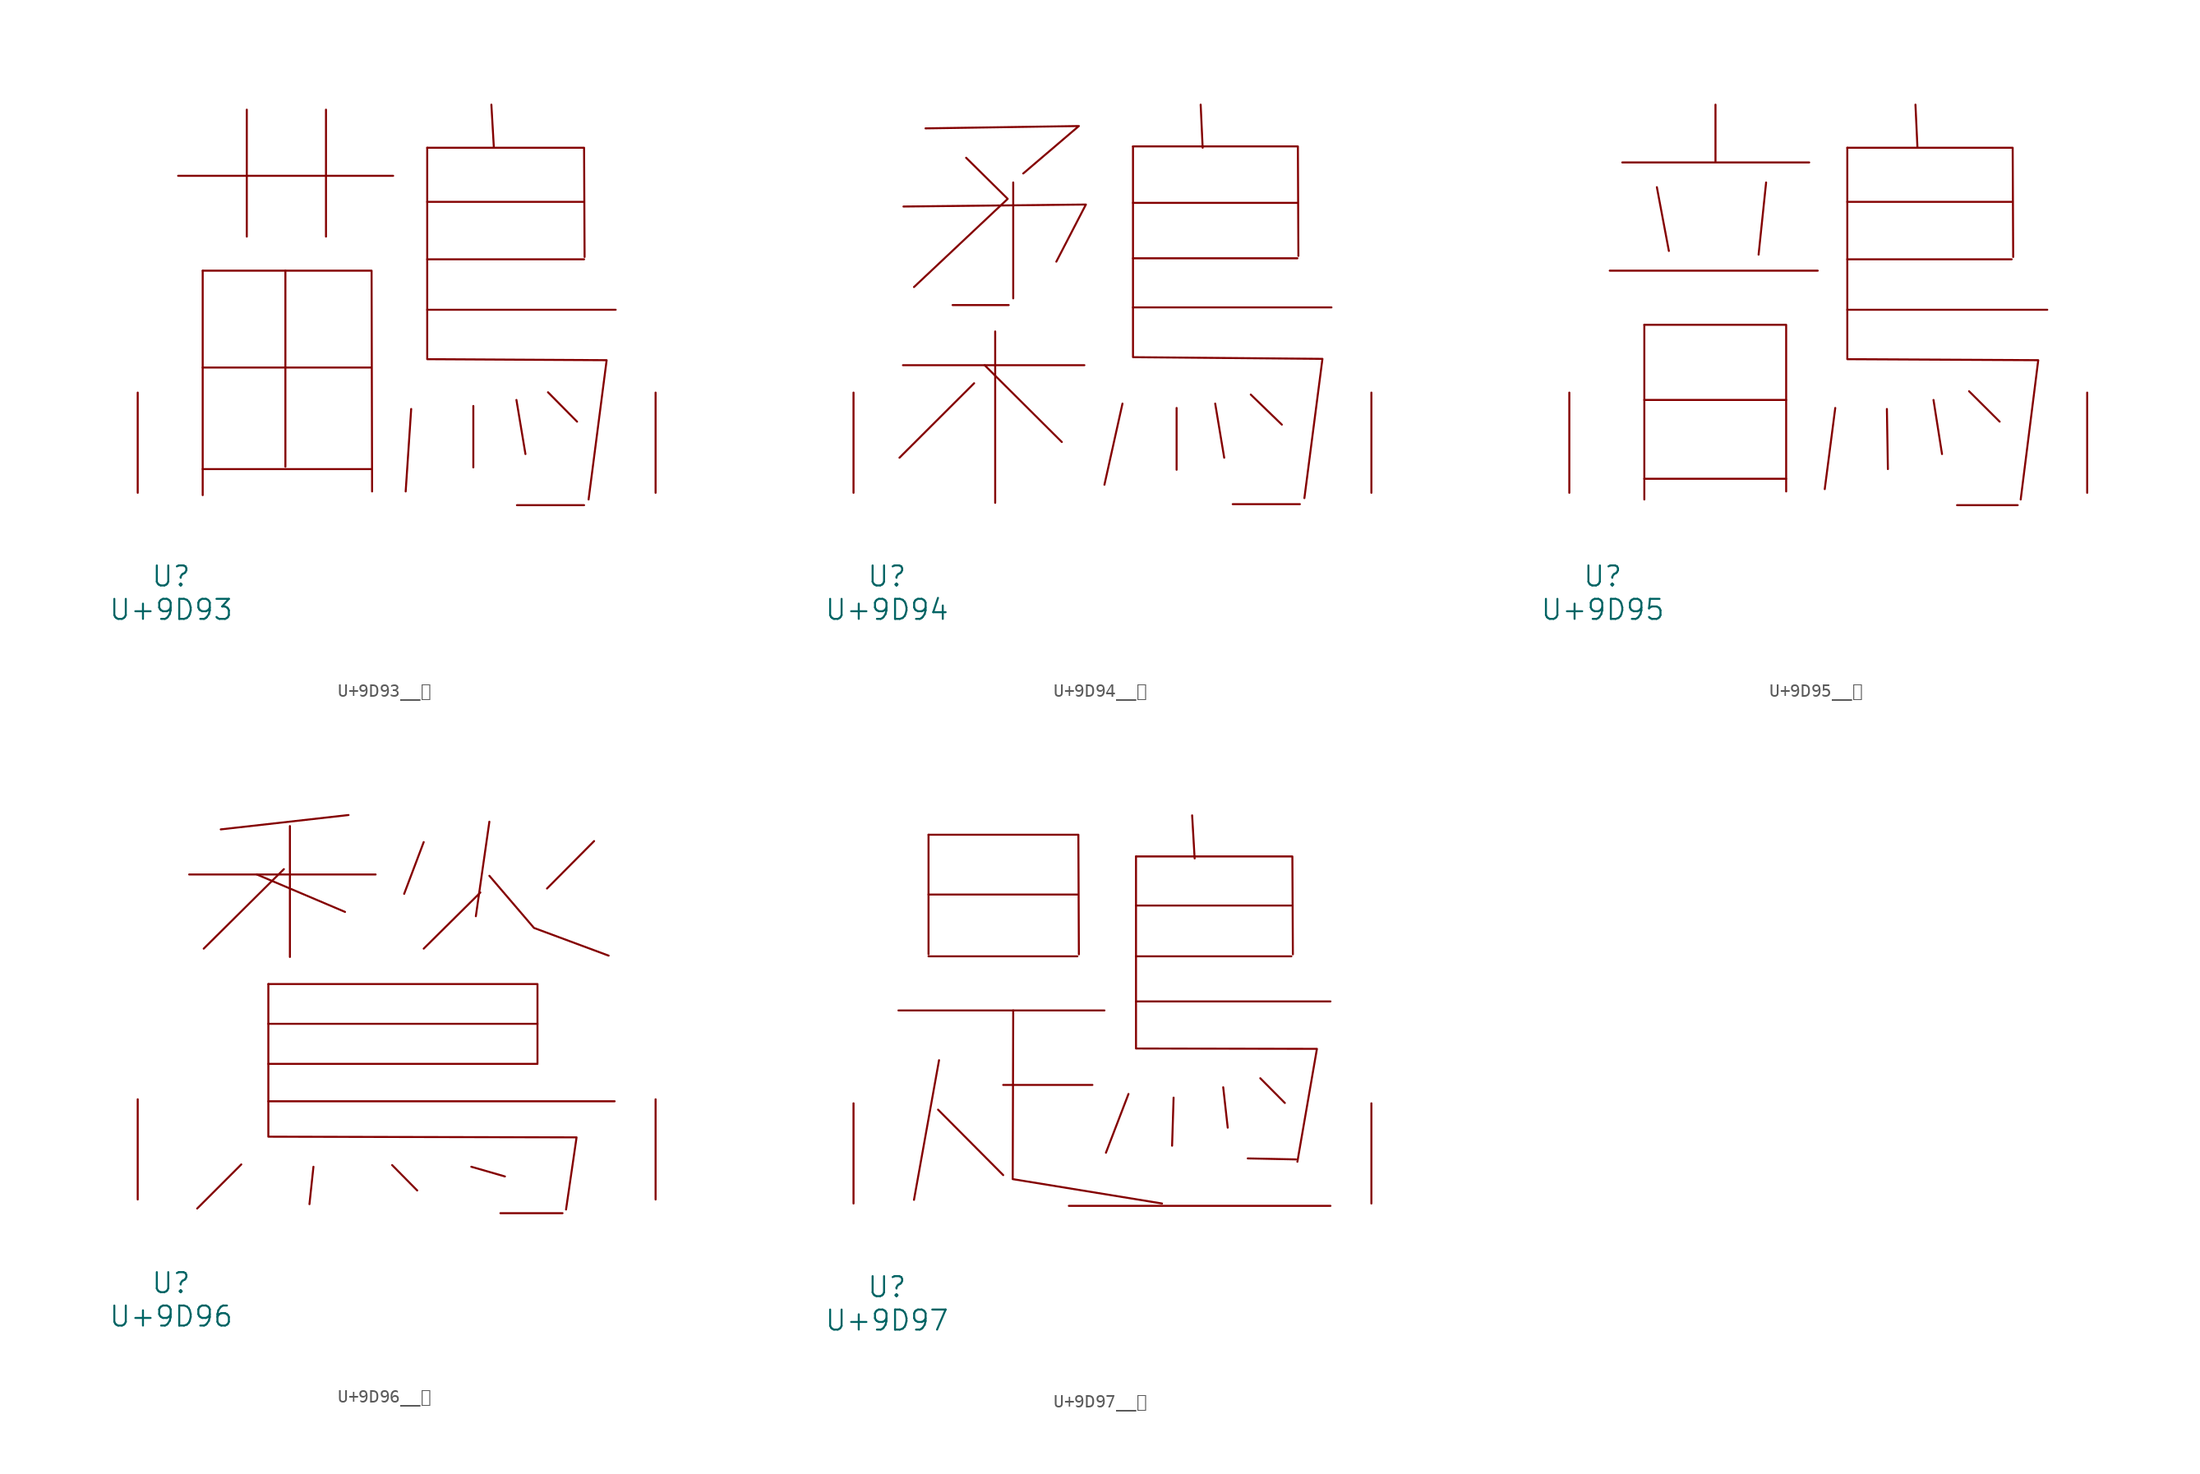
<source format=kicad_sym>
(kicad_symbol_lib
  (version 20231120)
  (generator "kicad_symbol_editor")
  (generator_version "8.0")
  (symbol "U+9D93__鶓"
    (pin_names
      (offset 1.016))
    (property "Reference" "U"
      (at 0 -6.35 0)
      (effects (font (size 1.524 1.524))))
    (property "Value" "U+9D93"
      (at 0 -8.89 0)
      (effects (font (size 1.524 1.524))))
    (symbol "U+9D93__鶓_0_1"
      (polyline (pts (xy 0.533 24.105) (xy 16.878 24.105)) (stroke (width 0) (type solid)) (fill (type none)))
      (polyline (pts (xy 2.4 1.803) (xy 15.202 1.803)) (stroke (width 0) (type solid)) (fill (type none)))
      (polyline (pts (xy 2.4 9.525) (xy 15.202 9.525)) (stroke (width 0) (type solid)) (fill (type none)))
      (polyline (pts (xy 2.4 16.891) (xy 2.4 -0.178)) (stroke (width 0) (type solid)) (fill (type none)))
      (polyline (pts (xy 5.753 29.134) (xy 5.753 19.482)) (stroke (width 0) (type solid)) (fill (type none)))
      (polyline (pts (xy 8.687 16.891) (xy 8.687 1.981)) (stroke (width 0) (type solid)) (fill (type none)))
      (polyline (pts (xy 11.773 29.134) (xy 11.773 19.482)) (stroke (width 0) (type solid)) (fill (type none)))
      (polyline (pts (xy 18.25 6.375) (xy 17.831 0.102)) (stroke (width 0) (type solid)) (fill (type none)))
      (polyline (pts (xy 19.469 13.919) (xy 33.795 13.919)) (stroke (width 0) (type solid)) (fill (type none)))
      (polyline (pts (xy 19.469 17.755) (xy 31.394 17.755)) (stroke (width 0) (type solid)) (fill (type none)))
      (polyline (pts (xy 19.469 22.123) (xy 31.394 22.123)) (stroke (width 0) (type solid)) (fill (type none)))
      (polyline (pts (xy 22.974 6.604) (xy 22.974 1.93)) (stroke (width 0) (type solid)) (fill (type none)))
      (polyline (pts (xy 24.346 29.515) (xy 24.536 26.238)) (stroke (width 0) (type solid)) (fill (type none)))
      (polyline (pts (xy 26.251 7.061) (xy 26.937 2.946)) (stroke (width 0) (type solid)) (fill (type none)))
      (polyline (pts (xy 26.289 -0.94) (xy 31.394 -0.94)) (stroke (width 0) (type solid)) (fill (type none)))
      (polyline (pts (xy 28.651 7.645) (xy 30.861 5.41)) (stroke (width 0) (type solid)) (fill (type none)))
      (polyline (pts (xy 2.4 16.891) (xy 15.24 16.891) (xy 15.278 0.102)) (stroke (width 0) (type solid)) (fill (type none)))
      (polyline (pts (xy 19.469 26.238) (xy 31.394 26.238) (xy 31.433 17.932)) (stroke (width 0) (type solid)) (fill (type none)))
      (polyline (pts (xy 19.469 26.238) (xy 19.469 10.16) (xy 33.109 10.084) (xy 31.737 -0.508)) (stroke (width 0) (type solid)) (fill (type none)))
      (pin input line (at -2.54 0 90) (length 7.62) (name "~" (effects (font (size 1.27 1.27)))) (number "~" (effects (font (size 1.27 1.27)))))
      (pin input line (at 36.83 0 90) (length 7.62) (name "~" (effects (font (size 1.27 1.27)))) (number "~" (effects (font (size 1.27 1.27)))))))
  (symbol "U+9D94__鶔"
    (pin_names
      (offset 1.016))
    (property "Reference" "U"
      (at 0 -6.35 0)
      (effects (font (size 1.524 1.524))))
    (property "Value" "U+9D94"
      (at 0 -8.89 0)
      (effects (font (size 1.524 1.524))))
    (symbol "U+9D94__鶔_0_1"
      (polyline (pts (xy 1.219 9.703) (xy 15.011 9.703)) (stroke (width 0) (type solid)) (fill (type none)))
      (polyline (pts (xy 4.991 14.275) (xy 9.258 14.275)) (stroke (width 0) (type solid)) (fill (type none)))
      (polyline (pts (xy 6.629 8.331) (xy 0.953 2.667)) (stroke (width 0) (type solid)) (fill (type none)))
      (polyline (pts (xy 7.429 9.703) (xy 13.297 3.861)) (stroke (width 0) (type solid)) (fill (type none)))
      (polyline (pts (xy 8.23 12.268) (xy 8.23 -0.762)) (stroke (width 0) (type solid)) (fill (type none)))
      (polyline (pts (xy 9.601 23.597) (xy 9.601 14.783)) (stroke (width 0) (type solid)) (fill (type none)))
      (polyline (pts (xy 17.907 6.782) (xy 16.535 0.61)) (stroke (width 0) (type solid)) (fill (type none)))
      (polyline (pts (xy 18.707 14.097) (xy 33.795 14.097)) (stroke (width 0) (type solid)) (fill (type none)))
      (polyline (pts (xy 18.707 17.831) (xy 31.204 17.831)) (stroke (width 0) (type solid)) (fill (type none)))
      (polyline (pts (xy 18.707 22.047) (xy 31.204 22.047)) (stroke (width 0) (type solid)) (fill (type none)))
      (polyline (pts (xy 22.022 6.452) (xy 22.022 1.753)) (stroke (width 0) (type solid)) (fill (type none)))
      (polyline (pts (xy 23.851 29.515) (xy 24.003 26.238)) (stroke (width 0) (type solid)) (fill (type none)))
      (polyline (pts (xy 24.956 6.782) (xy 25.641 2.667)) (stroke (width 0) (type solid)) (fill (type none)))
      (polyline (pts (xy 26.289 -0.864) (xy 31.394 -0.864)) (stroke (width 0) (type solid)) (fill (type none)))
      (polyline (pts (xy 27.661 7.468) (xy 30.023 5.182)) (stroke (width 0) (type solid)) (fill (type none)))
      (polyline (pts (xy 1.257 21.768) (xy 15.126 21.92) (xy 12.878 17.577)) (stroke (width 0) (type solid)) (fill (type none)))
      (polyline (pts (xy 2.934 27.711) (xy 14.592 27.889) (xy 10.363 24.282)) (stroke (width 0) (type solid)) (fill (type none)))
      (polyline (pts (xy 6.02 25.476) (xy 9.182 22.352) (xy 2.057 15.646)) (stroke (width 0) (type solid)) (fill (type none)))
      (polyline (pts (xy 18.707 26.34) (xy 31.242 26.34) (xy 31.28 18.009)) (stroke (width 0) (type solid)) (fill (type none)))
      (polyline (pts (xy 18.707 26.34) (xy 18.707 10.312) (xy 33.109 10.185) (xy 31.737 -0.406)) (stroke (width 0) (type solid)) (fill (type none)))
      (pin input line (at -2.54 0 90) (length 7.62) (name "~" (effects (font (size 1.27 1.27)))) (number "~" (effects (font (size 1.27 1.27)))))
      (pin input line (at 36.83 0 90) (length 7.62) (name "~" (effects (font (size 1.27 1.27)))) (number "~" (effects (font (size 1.27 1.27)))))))
  (symbol "U+9D95__鶕"
    (pin_names
      (offset 1.016))
    (property "Reference" "U"
      (at 0 -6.35 0)
      (effects (font (size 1.524 1.524))))
    (property "Value" "U+9D95"
      (at 0 -8.89 0)
      (effects (font (size 1.524 1.524))))
    (symbol "U+9D95__鶕_0_1"
      (polyline (pts (xy 0.533 16.891) (xy 16.345 16.891)) (stroke (width 0) (type solid)) (fill (type none)))
      (polyline (pts (xy 1.486 25.121) (xy 15.697 25.121)) (stroke (width 0) (type solid)) (fill (type none)))
      (polyline (pts (xy 3.162 1.067) (xy 13.945 1.067)) (stroke (width 0) (type solid)) (fill (type none)))
      (polyline (pts (xy 3.162 7.061) (xy 13.945 7.061)) (stroke (width 0) (type solid)) (fill (type none)))
      (polyline (pts (xy 3.162 12.776) (xy 3.162 -0.508)) (stroke (width 0) (type solid)) (fill (type none)))
      (polyline (pts (xy 4.115 23.241) (xy 5.029 18.39)) (stroke (width 0) (type solid)) (fill (type none)))
      (polyline (pts (xy 8.572 29.515) (xy 8.572 25.197)) (stroke (width 0) (type solid)) (fill (type none)))
      (polyline (pts (xy 12.421 23.597) (xy 11.849 18.11)) (stroke (width 0) (type solid)) (fill (type none)))
      (polyline (pts (xy 17.678 6.452) (xy 16.878 0.279)) (stroke (width 0) (type solid)) (fill (type none)))
      (polyline (pts (xy 18.593 13.919) (xy 33.795 13.919)) (stroke (width 0) (type solid)) (fill (type none)))
      (polyline (pts (xy 18.593 17.755) (xy 31.09 17.755)) (stroke (width 0) (type solid)) (fill (type none)))
      (polyline (pts (xy 18.593 22.123) (xy 31.09 22.123)) (stroke (width 0) (type solid)) (fill (type none)))
      (polyline (pts (xy 21.603 6.375) (xy 21.679 1.803)) (stroke (width 0) (type solid)) (fill (type none)))
      (polyline (pts (xy 23.774 29.515) (xy 23.927 26.238)) (stroke (width 0) (type solid)) (fill (type none)))
      (polyline (pts (xy 25.146 7.061) (xy 25.794 2.946)) (stroke (width 0) (type solid)) (fill (type none)))
      (polyline (pts (xy 26.937 -0.94) (xy 31.547 -0.94)) (stroke (width 0) (type solid)) (fill (type none)))
      (polyline (pts (xy 27.851 7.722) (xy 30.175 5.41)) (stroke (width 0) (type solid)) (fill (type none)))
      (polyline (pts (xy 3.162 12.776) (xy 13.945 12.776) (xy 13.945 0.102)) (stroke (width 0) (type solid)) (fill (type none)))
      (polyline (pts (xy 18.593 26.238) (xy 31.166 26.238) (xy 31.204 17.932)) (stroke (width 0) (type solid)) (fill (type none)))
      (polyline (pts (xy 18.593 26.238) (xy 18.593 10.16) (xy 33.109 10.084) (xy 31.775 -0.508)) (stroke (width 0) (type solid)) (fill (type none)))
      (pin input line (at -2.54 0 90) (length 7.62) (name "~" (effects (font (size 1.27 1.27)))) (number "~" (effects (font (size 1.27 1.27)))))
      (pin input line (at 36.83 0 90) (length 7.62) (name "~" (effects (font (size 1.27 1.27)))) (number "~" (effects (font (size 1.27 1.27)))))))
  (symbol "U+9D96__鶖"
    (pin_names
      (offset 1.016))
    (property "Reference" "U"
      (at 0 -6.35 0)
      (effects (font (size 1.524 1.524))))
    (property "Value" "U+9D96"
      (at 0 -8.89 0)
      (effects (font (size 1.524 1.524))))
    (symbol "U+9D96__鶖_0_1"
      (polyline (pts (xy 1.372 24.714) (xy 15.545 24.714)) (stroke (width 0) (type solid)) (fill (type none)))
      (polyline (pts (xy 5.334 2.667) (xy 1.981 -0.686)) (stroke (width 0) (type solid)) (fill (type none)))
      (polyline (pts (xy 6.515 24.714) (xy 13.221 21.869)) (stroke (width 0) (type solid)) (fill (type none)))
      (polyline (pts (xy 7.391 7.468) (xy 33.718 7.468)) (stroke (width 0) (type solid)) (fill (type none)))
      (polyline (pts (xy 7.391 10.312) (xy 27.851 10.312)) (stroke (width 0) (type solid)) (fill (type none)))
      (polyline (pts (xy 7.391 13.36) (xy 27.851 13.36)) (stroke (width 0) (type solid)) (fill (type none)))
      (polyline (pts (xy 8.572 25.121) (xy 2.477 19.075)) (stroke (width 0) (type solid)) (fill (type none)))
      (polyline (pts (xy 9.03 28.397) (xy 9.03 18.44)) (stroke (width 0) (type solid)) (fill (type none)))
      (polyline (pts (xy 10.82 2.489) (xy 10.516 -0.356)) (stroke (width 0) (type solid)) (fill (type none)))
      (polyline (pts (xy 13.487 29.235) (xy 3.772 28.143)) (stroke (width 0) (type solid)) (fill (type none)))
      (polyline (pts (xy 16.802 2.616) (xy 18.707 0.686)) (stroke (width 0) (type solid)) (fill (type none)))
      (polyline (pts (xy 19.202 27.178) (xy 17.716 23.241)) (stroke (width 0) (type solid)) (fill (type none)))
      (polyline (pts (xy 22.822 2.489) (xy 25.375 1.753)) (stroke (width 0) (type solid)) (fill (type none)))
      (polyline (pts (xy 23.508 23.343) (xy 19.202 19.075)) (stroke (width 0) (type solid)) (fill (type none)))
      (polyline (pts (xy 24.194 28.727) (xy 23.165 21.539)) (stroke (width 0) (type solid)) (fill (type none)))
      (polyline (pts (xy 25.032 -1.041) (xy 29.756 -1.041)) (stroke (width 0) (type solid)) (fill (type none)))
      (polyline (pts (xy 32.156 27.254) (xy 28.575 23.647)) (stroke (width 0) (type solid)) (fill (type none)))
      (polyline (pts (xy 7.391 16.383) (xy 27.851 16.383) (xy 27.851 10.389)) (stroke (width 0) (type solid)) (fill (type none)))
      (polyline (pts (xy 24.194 24.613) (xy 27.584 20.65) (xy 33.261 18.542)) (stroke (width 0) (type solid)) (fill (type none)))
      (polyline (pts (xy 7.391 16.383) (xy 7.391 4.775) (xy 30.823 4.724) (xy 30.023 -0.762)) (stroke (width 0) (type solid)) (fill (type none)))
      (pin input line (at -2.54 0 90) (length 7.62) (name "~" (effects (font (size 1.27 1.27)))) (number "~" (effects (font (size 1.27 1.27)))))
      (pin input line (at 36.83 0 90) (length 7.62) (name "~" (effects (font (size 1.27 1.27)))) (number "~" (effects (font (size 1.27 1.27)))))))
  (symbol "U+9D97__鶗"
    (pin_names
      (offset 1.016))
    (property "Reference" "U"
      (at 0 -6.35 0)
      (effects (font (size 1.524 1.524))))
    (property "Value" "U+9D97"
      (at 0 -8.89 0)
      (effects (font (size 1.524 1.524))))
    (symbol "U+9D97__鶗_0_1"
      (polyline (pts (xy 0.876 14.681) (xy 16.535 14.681)) (stroke (width 0) (type solid)) (fill (type none)))
      (polyline (pts (xy 3.162 18.796) (xy 14.478 18.796)) (stroke (width 0) (type solid)) (fill (type none)))
      (polyline (pts (xy 3.162 23.495) (xy 14.478 23.495)) (stroke (width 0) (type solid)) (fill (type none)))
      (polyline (pts (xy 3.162 28.042) (xy 3.162 18.948)) (stroke (width 0) (type solid)) (fill (type none)))
      (polyline (pts (xy 3.886 7.137) (xy 8.839 2.159)) (stroke (width 0) (type solid)) (fill (type none)))
      (polyline (pts (xy 3.962 10.897) (xy 2.057 0.279)) (stroke (width 0) (type solid)) (fill (type none)))
      (polyline (pts (xy 8.839 9.017) (xy 15.621 9.017)) (stroke (width 0) (type solid)) (fill (type none)))
      (polyline (pts (xy 13.83 -0.178) (xy 33.718 -0.178)) (stroke (width 0) (type solid)) (fill (type none)))
      (polyline (pts (xy 18.364 8.331) (xy 16.65 3.861)) (stroke (width 0) (type solid)) (fill (type none)))
      (polyline (pts (xy 18.936 15.367) (xy 33.718 15.367)) (stroke (width 0) (type solid)) (fill (type none)))
      (polyline (pts (xy 18.936 18.796) (xy 30.747 18.796)) (stroke (width 0) (type solid)) (fill (type none)))
      (polyline (pts (xy 18.936 22.657) (xy 30.747 22.657)) (stroke (width 0) (type solid)) (fill (type none)))
      (polyline (pts (xy 21.793 8.052) (xy 21.679 4.394)) (stroke (width 0) (type solid)) (fill (type none)))
      (polyline (pts (xy 23.203 29.515) (xy 23.393 26.238)) (stroke (width 0) (type solid)) (fill (type none)))
      (polyline (pts (xy 25.565 8.839) (xy 25.908 5.766)) (stroke (width 0) (type solid)) (fill (type none)))
      (polyline (pts (xy 28.384 9.525) (xy 30.251 7.645)) (stroke (width 0) (type solid)) (fill (type none)))
      (polyline (pts (xy 31.09 3.353) (xy 27.432 3.429)) (stroke (width 0) (type solid)) (fill (type none)))
      (polyline (pts (xy 3.162 28.042) (xy 14.554 28.042) (xy 14.592 18.948)) (stroke (width 0) (type solid)) (fill (type none)))
      (polyline (pts (xy 9.601 14.681) (xy 9.563 1.854) (xy 20.917 0)) (stroke (width 0) (type solid)) (fill (type none)))
      (polyline (pts (xy 18.936 26.391) (xy 30.823 26.391) (xy 30.861 18.948)) (stroke (width 0) (type solid)) (fill (type none)))
      (polyline (pts (xy 18.936 26.391) (xy 18.936 11.786) (xy 32.69 11.76) (xy 31.204 3.175)) (stroke (width 0) (type solid)) (fill (type none)))
      (pin input line (at -2.54 0 90) (length 7.62) (name "~" (effects (font (size 1.27 1.27)))) (number "~" (effects (font (size 1.27 1.27)))))
      (pin input line (at 36.83 0 90) (length 7.62) (name "~" (effects (font (size 1.27 1.27)))) (number "~" (effects (font (size 1.27 1.27))))))))
</source>
